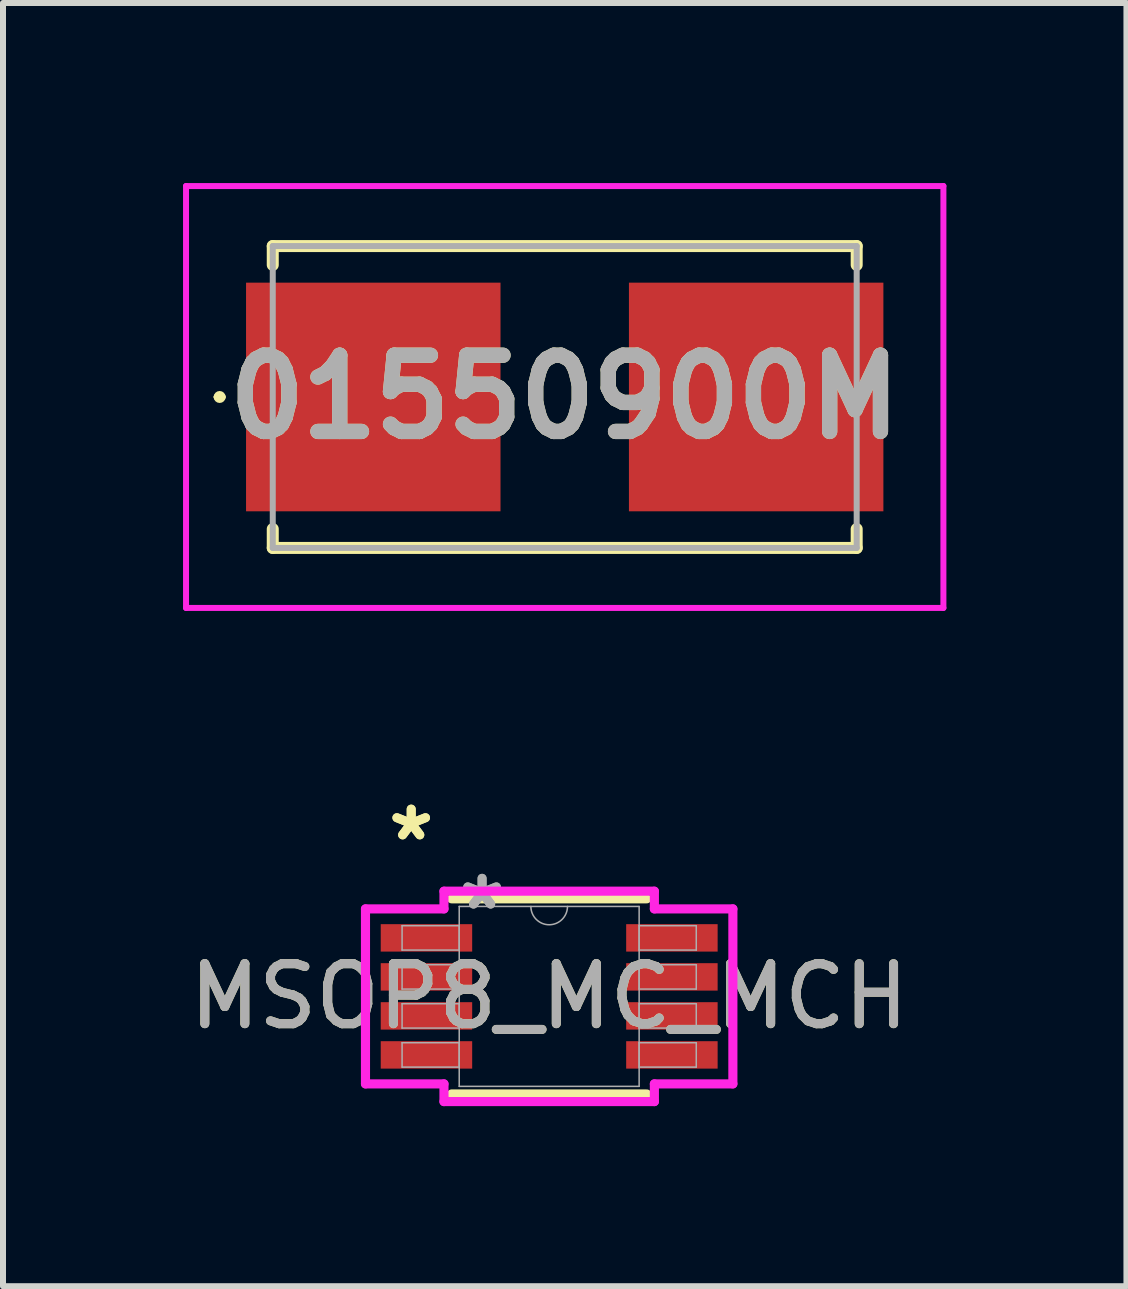
<source format=kicad_pcb>
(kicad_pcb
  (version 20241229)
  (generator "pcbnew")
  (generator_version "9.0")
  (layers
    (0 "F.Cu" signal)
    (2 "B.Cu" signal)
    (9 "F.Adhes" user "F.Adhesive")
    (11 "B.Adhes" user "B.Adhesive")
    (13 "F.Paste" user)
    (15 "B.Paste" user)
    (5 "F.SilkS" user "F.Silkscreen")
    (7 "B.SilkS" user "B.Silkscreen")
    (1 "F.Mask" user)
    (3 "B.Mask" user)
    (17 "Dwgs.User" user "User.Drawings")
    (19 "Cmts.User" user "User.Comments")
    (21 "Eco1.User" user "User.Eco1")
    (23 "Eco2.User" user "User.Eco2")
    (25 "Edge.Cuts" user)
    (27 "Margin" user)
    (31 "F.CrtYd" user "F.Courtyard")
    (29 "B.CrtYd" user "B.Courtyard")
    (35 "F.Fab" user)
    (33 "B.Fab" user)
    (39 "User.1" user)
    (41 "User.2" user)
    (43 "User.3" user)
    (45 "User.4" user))
  (footprint "01550900M"
    (layer "F.Cu")
    (at 6.36 3.565)
    (property "Reference" "01550900M" (at 0 0 0) (layer "F.SilkS") (effects (font (size 1.27 1.27) (thickness 0.254))))
    (attr smd)
    (fp_line (start -5.8 0) (end -5.8 0) (stroke (width 0.1) (type solid)) (layer "F.SilkS"))
    (fp_line (start -5.7 0) (end -5.7 0) (stroke (width 0.1) (type solid)) (layer "F.SilkS"))
    (fp_line (start -4.865 -2.515) (end 4.865 -2.515) (stroke (width 0.2) (type solid)) (layer "F.SilkS"))
    (fp_line (start -4.865 -2.2) (end -4.865 -2.515) (stroke (width 0.2) (type solid)) (layer "F.SilkS"))
    (fp_line (start -4.865 2.515) (end -4.865 2.2) (stroke (width 0.2) (type solid)) (layer "F.SilkS"))
    (fp_line (start 4.865 -2.515) (end 4.865 -2.2) (stroke (width 0.2) (type solid)) (layer "F.SilkS"))
    (fp_line (start 4.865 2.2) (end 4.865 2.515) (stroke (width 0.2) (type solid)) (layer "F.SilkS"))
    (fp_line (start 4.865 2.515) (end -4.865 2.515) (stroke (width 0.2) (type solid)) (layer "F.SilkS"))
    (fp_arc (start -5.8 0) (mid -5.75 -0.05) (end -5.7 0) (stroke (width 0.1) (type solid)) (layer "F.SilkS"))
    (fp_arc (start -5.7 0) (mid -5.75 0.05) (end -5.8 0) (stroke (width 0.1) (type solid)) (layer "F.SilkS"))
    (fp_line (start -6.31 -3.515) (end 6.31 -3.515) (stroke (width 0.1) (type solid)) (layer "F.CrtYd"))
    (fp_line (start -6.31 3.515) (end -6.31 -3.515) (stroke (width 0.1) (type solid)) (layer "F.CrtYd"))
    (fp_line (start 6.31 -3.515) (end 6.31 3.515) (stroke (width 0.1) (type solid)) (layer "F.CrtYd"))
    (fp_line (start 6.31 3.515) (end -6.31 3.515) (stroke (width 0.1) (type solid)) (layer "F.CrtYd"))
    (fp_line (start -4.865 -2.515) (end 4.865 -2.515) (stroke (width 0.1) (type solid)) (layer "F.Fab"))
    (fp_line (start -4.865 2.515) (end -4.865 -2.515) (stroke (width 0.1) (type solid)) (layer "F.Fab"))
    (fp_line (start 4.865 -2.515) (end 4.865 2.515) (stroke (width 0.1) (type solid)) (layer "F.Fab"))
    (fp_line (start 4.865 2.515) (end -4.865 2.515) (stroke (width 0.1) (type solid)) (layer "F.Fab"))
    (fp_text user "${REFERENCE}" (at 0 0 0) (layer "F.Fab") (effects (font (size 1.27 1.27) (thickness 0.254))))
    (pad "1" smd rect (at -3.19 0 90) (size 3.81 4.24) (layers "F.Cu" "F.Mask" "F.Paste"))
    (pad "2" smd rect (at 3.19 0 90) (size 3.81 4.24) (layers "F.Cu" "F.Mask" "F.Paste")))
  (footprint "MSOP8_MC_MCH"
    (layer "F.Cu")
    (at 6.101 13.553)
    (property "Reference" "MSOP8_MC_MCH" (at 0 0 0) (unlocked yes) (layer "F.SilkS") (effects (font (size 1 1) (thickness 0.15))))
    (attr smd)
    (fp_line (start -1.626 1.626) (end 1.626 1.626) (stroke (width 0.152) (type solid)) (layer "F.SilkS"))
    (fp_line (start 1.626 -1.626) (end -1.626 -1.626) (stroke (width 0.152) (type solid)) (layer "F.SilkS"))
    (fp_line (start -3.061 -1.458) (end -1.753 -1.458) (stroke (width 0.152) (type solid)) (layer "F.CrtYd"))
    (fp_line (start -3.061 1.458) (end -3.061 -1.458) (stroke (width 0.152) (type solid)) (layer "F.CrtYd"))
    (fp_line (start -3.061 1.458) (end -1.753 1.458) (stroke (width 0.152) (type solid)) (layer "F.CrtYd"))
    (fp_line (start -1.753 -1.753) (end 1.753 -1.753) (stroke (width 0.152) (type solid)) (layer "F.CrtYd"))
    (fp_line (start -1.753 -1.458) (end -1.753 -1.753) (stroke (width 0.152) (type solid)) (layer "F.CrtYd"))
    (fp_line (start -1.753 1.753) (end -1.753 1.458) (stroke (width 0.152) (type solid)) (layer "F.CrtYd"))
    (fp_line (start 1.753 -1.753) (end 1.753 -1.458) (stroke (width 0.152) (type solid)) (layer "F.CrtYd"))
    (fp_line (start 1.753 1.458) (end 1.753 1.753) (stroke (width 0.152) (type solid)) (layer "F.CrtYd"))
    (fp_line (start 1.753 1.753) (end -1.753 1.753) (stroke (width 0.152) (type solid)) (layer "F.CrtYd"))
    (fp_line (start 3.061 -1.458) (end 1.753 -1.458) (stroke (width 0.152) (type solid)) (layer "F.CrtYd"))
    (fp_line (start 3.061 -1.458) (end 3.061 1.458) (stroke (width 0.152) (type solid)) (layer "F.CrtYd"))
    (fp_line (start 3.061 1.458) (end 1.753 1.458) (stroke (width 0.152) (type solid)) (layer "F.CrtYd"))
    (fp_line (start -2.451 -1.178) (end -2.451 -0.772) (stroke (width 0.025) (type solid)) (layer "F.Fab"))
    (fp_line (start -2.451 -0.772) (end -1.499 -0.772) (stroke (width 0.025) (type solid)) (layer "F.Fab"))
    (fp_line (start -2.451 -0.528) (end -2.451 -0.122) (stroke (width 0.025) (type solid)) (layer "F.Fab"))
    (fp_line (start -2.451 -0.122) (end -1.499 -0.122) (stroke (width 0.025) (type solid)) (layer "F.Fab"))
    (fp_line (start -2.451 0.122) (end -2.451 0.528) (stroke (width 0.025) (type solid)) (layer "F.Fab"))
    (fp_line (start -2.451 0.528) (end -1.499 0.528) (stroke (width 0.025) (type solid)) (layer "F.Fab"))
    (fp_line (start -2.451 0.772) (end -2.451 1.178) (stroke (width 0.025) (type solid)) (layer "F.Fab"))
    (fp_line (start -2.451 1.178) (end -1.499 1.178) (stroke (width 0.025) (type solid)) (layer "F.Fab"))
    (fp_line (start -1.499 -1.499) (end -1.499 1.499) (stroke (width 0.025) (type solid)) (layer "F.Fab"))
    (fp_line (start -1.499 -1.178) (end -2.451 -1.178) (stroke (width 0.025) (type solid)) (layer "F.Fab"))
    (fp_line (start -1.499 -0.772) (end -1.499 -1.178) (stroke (width 0.025) (type solid)) (layer "F.Fab"))
    (fp_line (start -1.499 -0.528) (end -2.451 -0.528) (stroke (width 0.025) (type solid)) (layer "F.Fab"))
    (fp_line (start -1.499 -0.122) (end -1.499 -0.528) (stroke (width 0.025) (type solid)) (layer "F.Fab"))
    (fp_line (start -1.499 0.122) (end -2.451 0.122) (stroke (width 0.025) (type solid)) (layer "F.Fab"))
    (fp_line (start -1.499 0.528) (end -1.499 0.122) (stroke (width 0.025) (type solid)) (layer "F.Fab"))
    (fp_line (start -1.499 0.772) (end -2.451 0.772) (stroke (width 0.025) (type solid)) (layer "F.Fab"))
    (fp_line (start -1.499 1.178) (end -1.499 0.772) (stroke (width 0.025) (type solid)) (layer "F.Fab"))
    (fp_line (start -1.499 1.499) (end 1.499 1.499) (stroke (width 0.025) (type solid)) (layer "F.Fab"))
    (fp_line (start 1.499 -1.499) (end -1.499 -1.499) (stroke (width 0.025) (type solid)) (layer "F.Fab"))
    (fp_line (start 1.499 -1.178) (end 1.499 -0.772) (stroke (width 0.025) (type solid)) (layer "F.Fab"))
    (fp_line (start 1.499 -0.772) (end 2.451 -0.772) (stroke (width 0.025) (type solid)) (layer "F.Fab"))
    (fp_line (start 1.499 -0.528) (end 1.499 -0.122) (stroke (width 0.025) (type solid)) (layer "F.Fab"))
    (fp_line (start 1.499 -0.122) (end 2.451 -0.122) (stroke (width 0.025) (type solid)) (layer "F.Fab"))
    (fp_line (start 1.499 0.122) (end 1.499 0.528) (stroke (width 0.025) (type solid)) (layer "F.Fab"))
    (fp_line (start 1.499 0.528) (end 2.451 0.528) (stroke (width 0.025) (type solid)) (layer "F.Fab"))
    (fp_line (start 1.499 0.772) (end 1.499 1.178) (stroke (width 0.025) (type solid)) (layer "F.Fab"))
    (fp_line (start 1.499 1.178) (end 2.451 1.178) (stroke (width 0.025) (type solid)) (layer "F.Fab"))
    (fp_line (start 1.499 1.499) (end 1.499 -1.499) (stroke (width 0.025) (type solid)) (layer "F.Fab"))
    (fp_line (start 2.451 -1.178) (end 1.499 -1.178) (stroke (width 0.025) (type solid)) (layer "F.Fab"))
    (fp_line (start 2.451 -0.772) (end 2.451 -1.178) (stroke (width 0.025) (type solid)) (layer "F.Fab"))
    (fp_line (start 2.451 -0.528) (end 1.499 -0.528) (stroke (width 0.025) (type solid)) (layer "F.Fab"))
    (fp_line (start 2.451 -0.122) (end 2.451 -0.528) (stroke (width 0.025) (type solid)) (layer "F.Fab"))
    (fp_line (start 2.451 0.122) (end 1.499 0.122) (stroke (width 0.025) (type solid)) (layer "F.Fab"))
    (fp_line (start 2.451 0.528) (end 2.451 0.122) (stroke (width 0.025) (type solid)) (layer "F.Fab"))
    (fp_line (start 2.451 0.772) (end 1.499 0.772) (stroke (width 0.025) (type solid)) (layer "F.Fab"))
    (fp_line (start 2.451 1.178) (end 2.451 0.772) (stroke (width 0.025) (type solid)) (layer "F.Fab"))
    (fp_arc (start 0.3048 -1.4986) (mid 0 -1.1938) (end -0.3048 -1.4986) (stroke (width 0.0254) (type solid)) (layer "F.Fab"))
    (fp_text user "*" (at -2.299 -2.575 0) (unlocked yes) (layer "F.SilkS") (effects (font (size 1 1) (thickness 0.15))))
    (fp_text user "*" (at -2.299 -2.575 0) (layer "F.SilkS") (effects (font (size 1 1) (thickness 0.15))))
    (fp_text user "*" (at -1.118 -1.422 0) (unlocked yes) (layer "F.Fab") (effects (font (size 1 1) (thickness 0.15))))
    (fp_text user "*" (at -1.118 -1.422 0) (layer "F.Fab") (effects (font (size 1 1) (thickness 0.15))))
    (fp_text user "${REFERENCE}" (at 0 0 0) (unlocked yes) (layer "F.Fab") (effects (font (size 1 1) (thickness 0.15))))
    (pad "1" smd rect (at -2.045 -0.975) (size 1.524 0.457) (layers "F.Cu" "F.Mask" "F.Paste"))
    (pad "2" smd rect (at -2.045 -0.325) (size 1.524 0.457) (layers "F.Cu" "F.Mask" "F.Paste"))
    (pad "3" smd rect (at -2.045 0.325) (size 1.524 0.457) (layers "F.Cu" "F.Mask" "F.Paste"))
    (pad "4" smd rect (at -2.045 0.975) (size 1.524 0.457) (layers "F.Cu" "F.Mask" "F.Paste"))
    (pad "5" smd rect (at 2.045 0.975) (size 1.524 0.457) (layers "F.Cu" "F.Mask" "F.Paste"))
    (pad "6" smd rect (at 2.045 0.325) (size 1.524 0.457) (layers "F.Cu" "F.Mask" "F.Paste"))
    (pad "7" smd rect (at 2.045 -0.325) (size 1.524 0.457) (layers "F.Cu" "F.Mask" "F.Paste"))
    (pad "8" smd rect (at 2.045 -0.975) (size 1.524 0.457) (layers "F.Cu" "F.Mask" "F.Paste")))
  (gr_rect
    (start -3 -3)
    (end 15.72 18.382)
    (stroke (width 0.1) (type default))
    (fill no)
    (layer "Edge.Cuts")))
</source>
